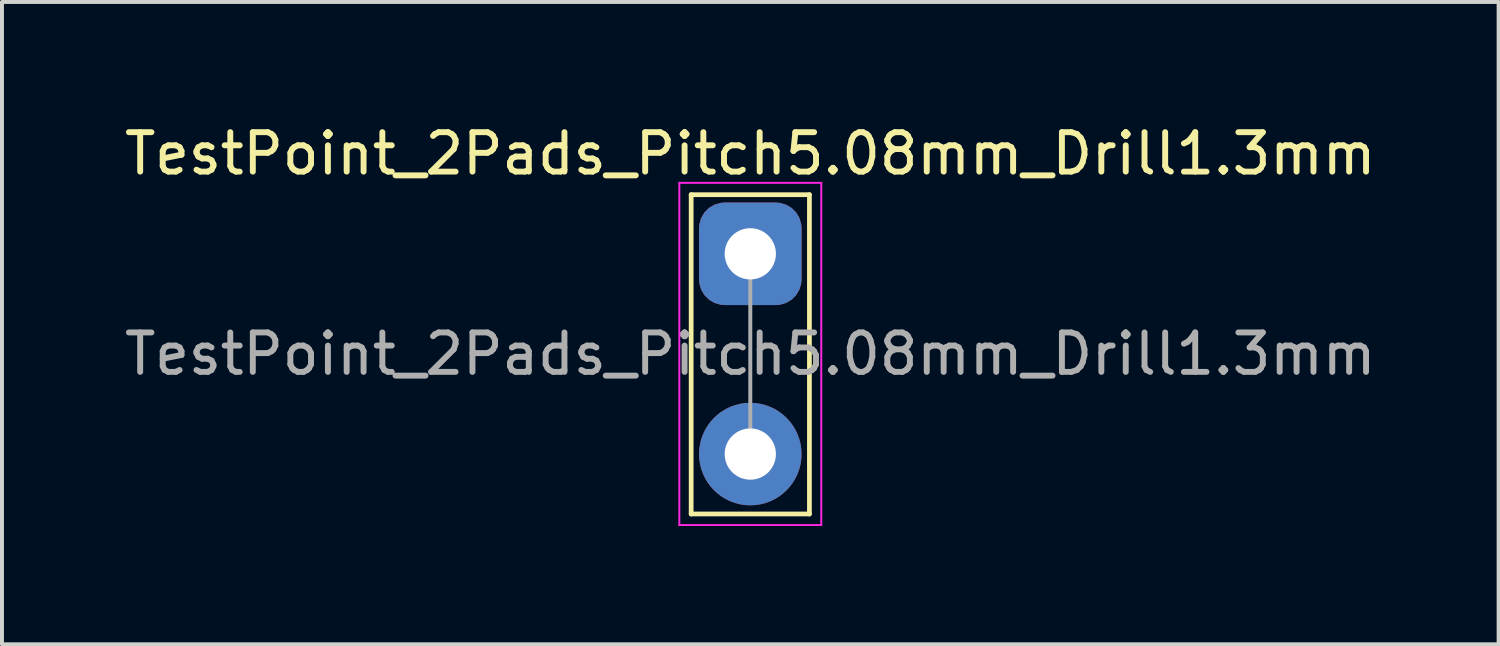
<source format=kicad_pcb>
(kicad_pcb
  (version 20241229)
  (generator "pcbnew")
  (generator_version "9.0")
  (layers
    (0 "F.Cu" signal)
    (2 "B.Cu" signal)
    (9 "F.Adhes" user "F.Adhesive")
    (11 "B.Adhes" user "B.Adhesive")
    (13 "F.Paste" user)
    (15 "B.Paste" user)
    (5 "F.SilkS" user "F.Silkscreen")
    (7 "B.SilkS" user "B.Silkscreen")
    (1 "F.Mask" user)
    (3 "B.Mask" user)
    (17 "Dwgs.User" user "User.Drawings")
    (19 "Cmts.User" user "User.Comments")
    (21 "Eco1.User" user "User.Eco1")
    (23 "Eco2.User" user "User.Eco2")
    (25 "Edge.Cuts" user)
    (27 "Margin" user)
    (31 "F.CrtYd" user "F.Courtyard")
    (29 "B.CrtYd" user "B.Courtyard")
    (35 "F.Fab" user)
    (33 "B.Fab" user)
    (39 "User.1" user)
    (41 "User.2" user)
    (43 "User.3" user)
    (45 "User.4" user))
  (footprint "TestPoint_2Pads_Pitch5.08mm_Drill1.3mm"
    (layer "F.Cu")
    (at 15.982 3.388)
    (property "Reference" "TestPoint_2Pads_Pitch5.08mm_Drill1.3mm" (at 0 -2.54 0) (layer "F.SilkS") (effects (font (size 1 1) (thickness 0.15))))
    (attr exclude_from_pos_files exclude_from_bom)
    (fp_line (start -1.5 6.6) (end -1.5 -1.5) (stroke (width 0.12) (type solid)) (layer "F.SilkS"))
    (fp_line (start -1.5 6.6) (end 1.5 6.6) (stroke (width 0.12) (type solid)) (layer "F.SilkS"))
    (fp_line (start 1.5 -1.5) (end -1.5 -1.5) (stroke (width 0.12) (type solid)) (layer "F.SilkS"))
    (fp_line (start 1.5 -1.5) (end 1.5 6.6) (stroke (width 0.12) (type solid)) (layer "F.SilkS"))
    (fp_line (start -1.8 6.88) (end -1.8 -1.8) (stroke (width 0.05) (type solid)) (layer "F.CrtYd"))
    (fp_line (start -1.8 6.88) (end 1.8 6.88) (stroke (width 0.05) (type solid)) (layer "F.CrtYd"))
    (fp_line (start 1.8 -1.8) (end -1.8 -1.8) (stroke (width 0.05) (type solid)) (layer "F.CrtYd"))
    (fp_line (start 1.8 -1.8) (end 1.8 6.88) (stroke (width 0.05) (type solid)) (layer "F.CrtYd"))
    (fp_line (start 0 5.08) (end 0 0) (stroke (width 0.1) (type solid)) (layer "F.Fab"))
    (fp_text user "${REFERENCE}" (at 0 2.54 0) (layer "F.Fab") (effects (font (size 1 1) (thickness 0.15))))
    (pad "1" thru_hole roundrect (at 0 0 270) (size 2.6 2.6) (drill 1.3) (layers "*.Cu" "*.Mask") (roundrect_rratio 0.25))
    (pad "2" thru_hole circle (at 0 5.08 270) (size 2.6 2.6) (drill 1.3) (layers "*.Cu" "*.Mask")))
  (gr_rect
    (start -3 -3)
    (end 34.964 13.293)
    (stroke (width 0.1) (type default))
    (fill no)
    (layer "Edge.Cuts")))
</source>
